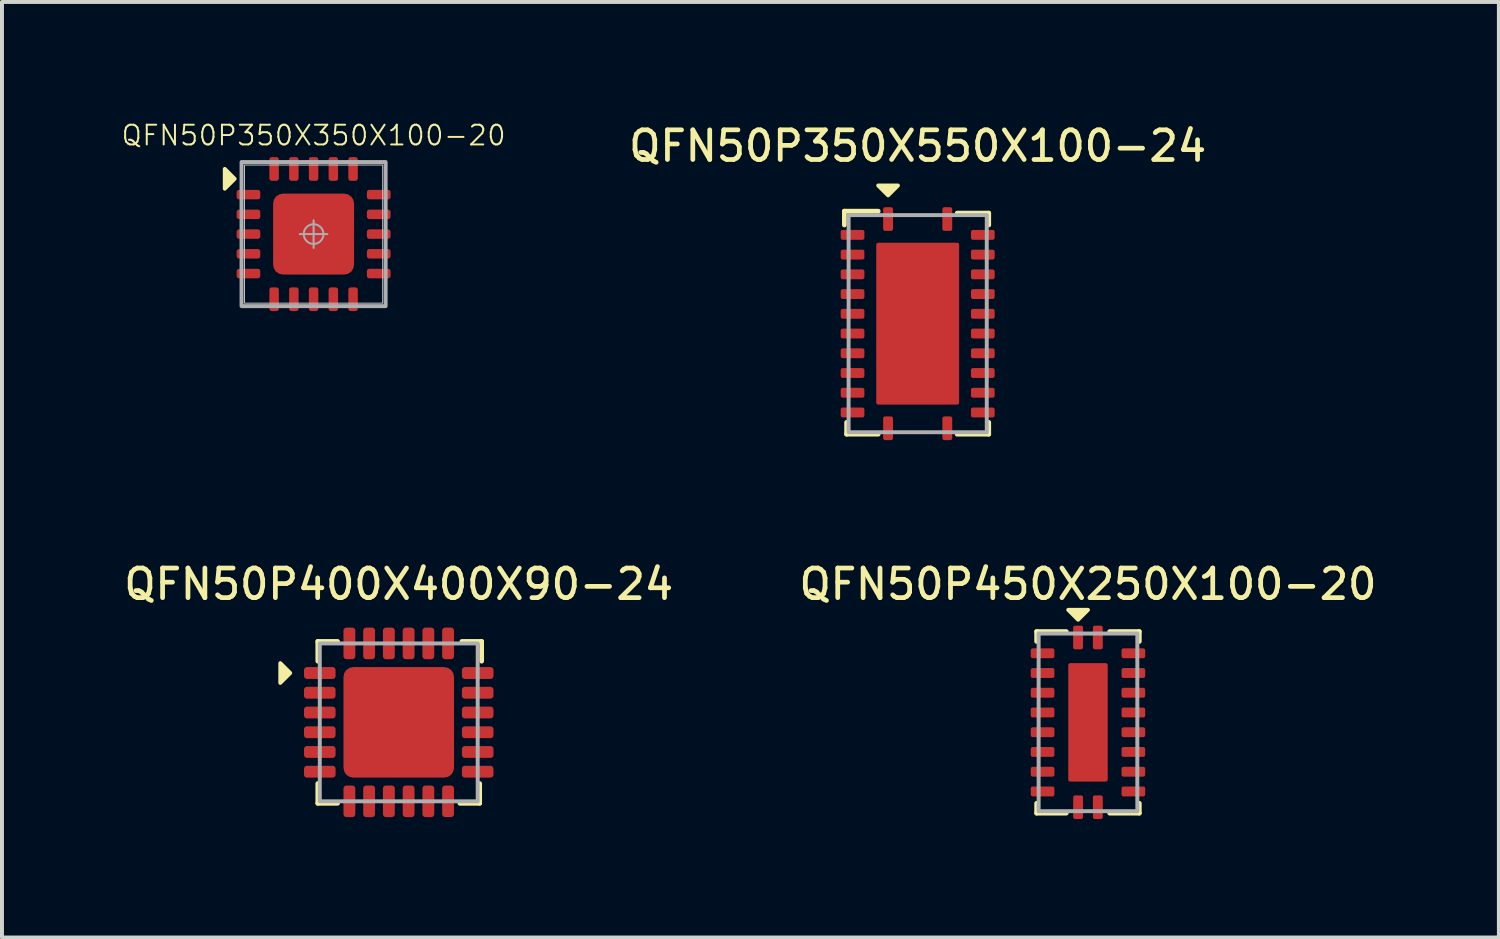
<source format=kicad_pcb>
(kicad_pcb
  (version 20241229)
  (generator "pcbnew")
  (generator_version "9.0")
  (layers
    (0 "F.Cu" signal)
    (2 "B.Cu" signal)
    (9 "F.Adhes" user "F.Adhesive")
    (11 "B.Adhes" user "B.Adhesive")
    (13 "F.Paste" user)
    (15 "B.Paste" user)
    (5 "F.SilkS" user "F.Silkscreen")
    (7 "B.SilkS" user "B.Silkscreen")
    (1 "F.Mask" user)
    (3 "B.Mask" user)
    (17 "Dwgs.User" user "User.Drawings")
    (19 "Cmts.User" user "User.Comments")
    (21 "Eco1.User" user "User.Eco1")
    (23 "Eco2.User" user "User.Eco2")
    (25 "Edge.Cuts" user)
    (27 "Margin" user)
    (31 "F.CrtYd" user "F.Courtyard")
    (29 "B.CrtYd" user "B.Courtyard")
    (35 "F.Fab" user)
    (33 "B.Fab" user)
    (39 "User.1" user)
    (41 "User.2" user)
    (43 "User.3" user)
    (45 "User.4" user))
  (footprint "QFN50P350X550X100-24"
    (layer "F.Cu")
    (at 20.197 5.149)
    (property "Reference" "QFN50P350X550X100-24" (at 0 -4.5 0) (unlocked yes) (layer "F.SilkS") (effects (font (size 0.75 0.75) (thickness 0.12))))
    (attr smd)
    (fp_line (start -1.857 -2.85) (end -1.857 -2.5) (stroke (width 0.12) (type default)) (layer "F.SilkS"))
    (fp_line (start -1.8 2.8) (end -1.8 2.5) (stroke (width 0.12) (type default)) (layer "F.SilkS"))
    (fp_line (start -1 -2.85) (end -1.857 -2.85) (stroke (width 0.12) (type default)) (layer "F.SilkS"))
    (fp_line (start -1 2.8) (end -1.8 2.8) (stroke (width 0.12) (type default)) (layer "F.SilkS"))
    (fp_line (start 1 -2.8) (end 1.8 -2.8) (stroke (width 0.12) (type solid)) (layer "F.SilkS"))
    (fp_line (start 1 2.8) (end 1.8 2.8) (stroke (width 0.12) (type solid)) (layer "F.SilkS"))
    (fp_line (start 1.8 -2.8) (end 1.8 -2.5) (stroke (width 0.12) (type solid)) (layer "F.SilkS"))
    (fp_line (start 1.8 2.8) (end 1.8 2.5) (stroke (width 0.12) (type solid)) (layer "F.SilkS"))
    (fp_poly (pts (xy -0.75 -3.25) (xy -1 -3.5) (xy -0.5 -3.5)) (stroke (width 0.1) (type solid)) (fill yes) (layer "F.SilkS"))
    (fp_rect (start -1.75 -2.75) (end 1.75 2.75) (stroke (width 0.1) (type solid)) (fill no) (layer "F.Fab"))
    (pad "1" smd roundrect (at -0.75 -2.65 90) (size 0.6 0.25) (layers "F.Cu" "F.Mask" "F.Paste") (roundrect_rratio 0.2))
    (pad "2" smd roundrect (at -1.65 -2.25) (size 0.6 0.25) (layers "F.Cu" "F.Mask" "F.Paste") (roundrect_rratio 0.2))
    (pad "3" smd roundrect (at -1.65 -1.75) (size 0.6 0.25) (layers "F.Cu" "F.Mask" "F.Paste") (roundrect_rratio 0.2))
    (pad "4" smd roundrect (at -1.65 -1.25) (size 0.6 0.25) (layers "F.Cu" "F.Mask" "F.Paste") (roundrect_rratio 0.2))
    (pad "5" smd roundrect (at -1.65 -0.75) (size 0.6 0.25) (layers "F.Cu" "F.Mask" "F.Paste") (roundrect_rratio 0.2))
    (pad "6" smd roundrect (at -1.65 -0.25) (size 0.6 0.25) (layers "F.Cu" "F.Mask" "F.Paste") (roundrect_rratio 0.2))
    (pad "7" smd roundrect (at -1.65 0.25) (size 0.6 0.25) (layers "F.Cu" "F.Mask" "F.Paste") (roundrect_rratio 0.2))
    (pad "8" smd roundrect (at -1.65 0.75) (size 0.6 0.25) (layers "F.Cu" "F.Mask" "F.Paste") (roundrect_rratio 0.2))
    (pad "9" smd roundrect (at -1.65 1.25) (size 0.6 0.25) (layers "F.Cu" "F.Mask" "F.Paste") (roundrect_rratio 0.2))
    (pad "10" smd roundrect (at -1.65 1.75) (size 0.6 0.25) (layers "F.Cu" "F.Mask" "F.Paste") (roundrect_rratio 0.2))
    (pad "11" smd roundrect (at -1.65 2.25) (size 0.6 0.25) (layers "F.Cu" "F.Mask" "F.Paste") (roundrect_rratio 0.2))
    (pad "12" smd roundrect (at -0.75 2.65 90) (size 0.6 0.25) (layers "F.Cu" "F.Mask" "F.Paste") (roundrect_rratio 0.2))
    (pad "13" smd roundrect (at 0.75 2.65 90) (size 0.6 0.25) (layers "F.Cu" "F.Mask" "F.Paste") (roundrect_rratio 0.2))
    (pad "14" smd roundrect (at 1.65 2.25) (size 0.6 0.25) (layers "F.Cu" "F.Mask" "F.Paste") (roundrect_rratio 0.2))
    (pad "15" smd roundrect (at 1.65 1.75) (size 0.6 0.25) (layers "F.Cu" "F.Mask" "F.Paste") (roundrect_rratio 0.2))
    (pad "16" smd roundrect (at 1.65 1.25) (size 0.6 0.25) (layers "F.Cu" "F.Mask" "F.Paste") (roundrect_rratio 0.2))
    (pad "17" smd roundrect (at 1.65 0.75) (size 0.6 0.25) (layers "F.Cu" "F.Mask" "F.Paste") (roundrect_rratio 0.2))
    (pad "18" smd roundrect (at 1.65 0.25) (size 0.6 0.25) (layers "F.Cu" "F.Mask" "F.Paste") (roundrect_rratio 0.2))
    (pad "19" smd roundrect (at 1.65 -0.25) (size 0.6 0.25) (layers "F.Cu" "F.Mask" "F.Paste") (roundrect_rratio 0.2))
    (pad "20" smd roundrect (at 1.65 -0.75) (size 0.6 0.25) (layers "F.Cu" "F.Mask" "F.Paste") (roundrect_rratio 0.2))
    (pad "21" smd roundrect (at 1.65 -1.25) (size 0.6 0.25) (layers "F.Cu" "F.Mask" "F.Paste") (roundrect_rratio 0.2))
    (pad "22" smd roundrect (at 1.65 -1.75) (size 0.6 0.25) (layers "F.Cu" "F.Mask" "F.Paste") (roundrect_rratio 0.2))
    (pad "23" smd roundrect (at 1.65 -2.25) (size 0.6 0.25) (layers "F.Cu" "F.Mask" "F.Paste") (roundrect_rratio 0.2))
    (pad "24" smd roundrect (at 0.75 -2.65 90) (size 0.6 0.25) (layers "F.Cu" "F.Mask" "F.Paste") (roundrect_rratio 0.2))
    (pad "25" smd roundrect (at 0 0) (size 2.1 4.1) (layers "F.Cu" "F.Mask" "F.Paste") (roundrect_rratio 0.024)))
  (footprint "QFN50P400X400X90-24"
    (layer "F.Cu")
    (at 7.051 15.249)
    (property "Reference" "QFN50P400X400X90-24" (at 0 -3.5 0) (unlocked yes) (layer "F.SilkS") (effects (font (size 0.75 0.75) (thickness 0.12))))
    (attr smd)
    (fp_line (start -2.05 -2.05) (end -2.05 -1.55) (stroke (width 0.12) (type solid)) (layer "F.SilkS"))
    (fp_line (start -2.05 -2.05) (end -1.55 -2.05) (stroke (width 0.12) (type solid)) (layer "F.SilkS"))
    (fp_line (start -2.05 2.05) (end -2.05 1.55) (stroke (width 0.12) (type solid)) (layer "F.SilkS"))
    (fp_line (start -2.05 2.05) (end -1.55 2.05) (stroke (width 0.12) (type solid)) (layer "F.SilkS"))
    (fp_line (start 2.05 2.05) (end 1.55 2.05) (stroke (width 0.12) (type solid)) (layer "F.SilkS"))
    (fp_line (start 2.05 2.05) (end 2.05 1.55) (stroke (width 0.12) (type solid)) (layer "F.SilkS"))
    (fp_line (start 2.1 -2.05) (end 1.6 -2.05) (stroke (width 0.12) (type solid)) (layer "F.SilkS"))
    (fp_line (start 2.1 -2.05) (end 2.1 -1.55) (stroke (width 0.12) (type solid)) (layer "F.SilkS"))
    (fp_poly (pts (xy -2.75 -1.25) (xy -3 -1) (xy -3 -1.5)) (stroke (width 0.1) (type solid)) (fill yes) (layer "F.SilkS"))
    (fp_rect (start -2 -2) (end 2 2) (stroke (width 0.1) (type solid)) (fill no) (layer "F.Fab"))
    (pad "1" smd roundrect (at -2 -1.25) (size 0.8 0.3) (layers "F.Cu" "F.Mask" "F.Paste") (roundrect_rratio 0.25))
    (pad "2" smd roundrect (at -2 -0.75) (size 0.8 0.3) (layers "F.Cu" "F.Mask" "F.Paste") (roundrect_rratio 0.25))
    (pad "3" smd roundrect (at -2 -0.25) (size 0.8 0.3) (layers "F.Cu" "F.Mask" "F.Paste") (roundrect_rratio 0.25))
    (pad "4" smd roundrect (at -2 0.25) (size 0.8 0.3) (layers "F.Cu" "F.Mask" "F.Paste") (roundrect_rratio 0.25))
    (pad "5" smd roundrect (at -2 0.75) (size 0.8 0.3) (layers "F.Cu" "F.Mask" "F.Paste") (roundrect_rratio 0.25))
    (pad "6" smd roundrect (at -2 1.25) (size 0.8 0.3) (layers "F.Cu" "F.Mask" "F.Paste") (roundrect_rratio 0.25))
    (pad "7" smd roundrect (at -1.25 2 90) (size 0.8 0.3) (layers "F.Cu" "F.Mask" "F.Paste") (roundrect_rratio 0.25))
    (pad "8" smd roundrect (at -0.75 2 90) (size 0.8 0.3) (layers "F.Cu" "F.Mask" "F.Paste") (roundrect_rratio 0.25))
    (pad "9" smd roundrect (at -0.25 2 90) (size 0.8 0.3) (layers "F.Cu" "F.Mask" "F.Paste") (roundrect_rratio 0.25))
    (pad "10" smd roundrect (at 0.25 2 90) (size 0.8 0.3) (layers "F.Cu" "F.Mask" "F.Paste") (roundrect_rratio 0.25))
    (pad "11" smd roundrect (at 0.75 2 90) (size 0.8 0.3) (layers "F.Cu" "F.Mask" "F.Paste") (roundrect_rratio 0.25))
    (pad "12" smd roundrect (at 1.25 2 90) (size 0.8 0.3) (layers "F.Cu" "F.Mask" "F.Paste") (roundrect_rratio 0.25))
    (pad "13" smd roundrect (at 2 1.25 180) (size 0.8 0.3) (layers "F.Cu" "F.Mask" "F.Paste") (roundrect_rratio 0.25))
    (pad "14" smd roundrect (at 2 0.75 180) (size 0.8 0.3) (layers "F.Cu" "F.Mask" "F.Paste") (roundrect_rratio 0.25))
    (pad "15" smd roundrect (at 2 0.25 180) (size 0.8 0.3) (layers "F.Cu" "F.Mask" "F.Paste") (roundrect_rratio 0.25))
    (pad "16" smd roundrect (at 2 -0.25 180) (size 0.8 0.3) (layers "F.Cu" "F.Mask" "F.Paste") (roundrect_rratio 0.25))
    (pad "17" smd roundrect (at 2 -0.75 180) (size 0.8 0.3) (layers "F.Cu" "F.Mask" "F.Paste") (roundrect_rratio 0.25))
    (pad "18" smd roundrect (at 2 -1.25 180) (size 0.8 0.3) (layers "F.Cu" "F.Mask" "F.Paste") (roundrect_rratio 0.25))
    (pad "19" smd roundrect (at 1.25 -2 270) (size 0.8 0.3) (layers "F.Cu" "F.Mask" "F.Paste") (roundrect_rratio 0.25))
    (pad "20" smd roundrect (at 0.75 -2 270) (size 0.8 0.3) (layers "F.Cu" "F.Mask" "F.Paste") (roundrect_rratio 0.25))
    (pad "21" smd roundrect (at 0.25 -2 270) (size 0.8 0.3) (layers "F.Cu" "F.Mask" "F.Paste") (roundrect_rratio 0.25))
    (pad "22" smd roundrect (at -0.25 -2 270) (size 0.8 0.3) (layers "F.Cu" "F.Mask" "F.Paste") (roundrect_rratio 0.25))
    (pad "23" smd roundrect (at -0.75 -2 270) (size 0.8 0.3) (layers "F.Cu" "F.Mask" "F.Paste") (roundrect_rratio 0.25))
    (pad "24" smd roundrect (at -1.25 -2 270) (size 0.8 0.3) (layers "F.Cu" "F.Mask" "F.Paste") (roundrect_rratio 0.25))
    (pad "25" smd roundrect (at 0 0) (size 2.8 2.8) (layers "F.Cu" "F.Mask" "F.Paste") (roundrect_rratio 0.089)))
  (footprint "QFN50P350X350X100-20"
    (layer "F.Cu")
    (at 4.894 2.88)
    (property "Reference" "QFN50P350X350X100-20" (at 0 -2.5 0) (unlocked yes) (layer "F.SilkS") (effects (font (size 0.5 0.5) (thickness 0.05))))
    (attr smd)
    (fp_poly (pts (xy -2 -1.4) (xy -2.25 -1.15) (xy -2.25 -1.65)) (stroke (width 0.1) (type solid)) (fill yes) (layer "F.SilkS"))
    (fp_rect (start -1.75 -1.75) (end 1.75 1.75) (stroke (width 0.025) (type default)) (fill no) (layer "Dwgs.User"))
    (fp_line (start -0.35 0) (end 0.35 0) (stroke (width 0.05) (type solid)) (layer "F.Fab"))
    (fp_line (start 0 -0.35) (end 0 0.35) (stroke (width 0.05) (type solid)) (layer "F.Fab"))
    (fp_rect (start -1.825 -1.825) (end 1.825 1.825) (stroke (width 0.1) (type default)) (fill no) (layer "F.Fab"))
    (fp_circle (center 0 0) (end 0.25 0) (stroke (width 0.05) (type solid)) (fill no) (layer "F.Fab"))
    (pad "1" smd roundrect (at -1.65 -1 180) (size 0.6 0.24) (layers "F.Cu" "F.Mask" "F.Paste") (roundrect_rratio 0.25))
    (pad "2" smd roundrect (at -1.65 -0.5 180) (size 0.6 0.24) (layers "F.Cu" "F.Mask" "F.Paste") (roundrect_rratio 0.25))
    (pad "3" smd roundrect (at -1.65 0 180) (size 0.6 0.24) (layers "F.Cu" "F.Mask" "F.Paste") (roundrect_rratio 0.25))
    (pad "4" smd roundrect (at -1.65 0.5 180) (size 0.6 0.24) (layers "F.Cu" "F.Mask" "F.Paste") (roundrect_rratio 0.25))
    (pad "5" smd roundrect (at -1.65 1 180) (size 0.6 0.24) (layers "F.Cu" "F.Mask" "F.Paste") (roundrect_rratio 0.25))
    (pad "6" smd roundrect (at -1 1.65 90) (size 0.6 0.24) (layers "F.Cu" "F.Mask" "F.Paste") (roundrect_rratio 0.25))
    (pad "7" smd roundrect (at -0.5 1.65 90) (size 0.6 0.24) (layers "F.Cu" "F.Mask" "F.Paste") (roundrect_rratio 0.25))
    (pad "8" smd roundrect (at 0 1.65 90) (size 0.6 0.24) (layers "F.Cu" "F.Mask" "F.Paste") (roundrect_rratio 0.25))
    (pad "9" smd roundrect (at 0.5 1.65 90) (size 0.6 0.24) (layers "F.Cu" "F.Mask" "F.Paste") (roundrect_rratio 0.25))
    (pad "10" smd roundrect (at 1 1.65 90) (size 0.6 0.24) (layers "F.Cu" "F.Mask" "F.Paste") (roundrect_rratio 0.25))
    (pad "11" smd roundrect (at 1.65 1 180) (size 0.6 0.24) (layers "F.Cu" "F.Mask" "F.Paste") (roundrect_rratio 0.25))
    (pad "12" smd roundrect (at 1.65 0.5 180) (size 0.6 0.24) (layers "F.Cu" "F.Mask" "F.Paste") (roundrect_rratio 0.25))
    (pad "13" smd roundrect (at 1.65 0 180) (size 0.6 0.24) (layers "F.Cu" "F.Mask" "F.Paste") (roundrect_rratio 0.25))
    (pad "14" smd roundrect (at 1.65 -0.5 180) (size 0.6 0.24) (layers "F.Cu" "F.Mask" "F.Paste") (roundrect_rratio 0.25))
    (pad "15" smd roundrect (at 1.65 -1 180) (size 0.6 0.24) (layers "F.Cu" "F.Mask" "F.Paste") (roundrect_rratio 0.25))
    (pad "16" smd roundrect (at 1 -1.65 270) (size 0.6 0.24) (layers "F.Cu" "F.Mask" "F.Paste") (roundrect_rratio 0.25))
    (pad "17" smd roundrect (at 0.5 -1.65 270) (size 0.6 0.24) (layers "F.Cu" "F.Mask" "F.Paste") (roundrect_rratio 0.25))
    (pad "18" smd roundrect (at 0 -1.65 270) (size 0.6 0.24) (layers "F.Cu" "F.Mask" "F.Paste") (roundrect_rratio 0.25))
    (pad "19" smd roundrect (at -0.5 -1.65 270) (size 0.6 0.24) (layers "F.Cu" "F.Mask" "F.Paste") (roundrect_rratio 0.25))
    (pad "20" smd roundrect (at -1 -1.65 270) (size 0.6 0.24) (layers "F.Cu" "F.Mask" "F.Paste") (roundrect_rratio 0.25))
    (pad "21" smd roundrect (at 0 0) (size 2.05 2.05) (layers "F.Cu" "F.Mask" "F.Paste") (roundrect_rratio 0.122)))
  (footprint "QFN50P450X250X100-20"
    (layer "F.Cu")
    (at 24.511 15.249)
    (property "Reference" "QFN50P450X250X100-20" (at 0 -3.5 0) (unlocked yes) (layer "F.SilkS") (effects (font (size 0.75 0.75) (thickness 0.12))))
    (attr smd)
    (fp_line (start -1.3 -2.3) (end -1.3 -2.05) (stroke (width 0.12) (type solid)) (layer "F.SilkS"))
    (fp_line (start -1.3 2.05) (end -1.3 2.3) (stroke (width 0.12) (type solid)) (layer "F.SilkS"))
    (fp_line (start -1.3 2.3) (end -0.55 2.3) (stroke (width 0.12) (type solid)) (layer "F.SilkS"))
    (fp_line (start -0.55 -2.3) (end -1.3 -2.3) (stroke (width 0.12) (type solid)) (layer "F.SilkS"))
    (fp_line (start 0.55 -2.3) (end 1.3 -2.3) (stroke (width 0.12) (type solid)) (layer "F.SilkS"))
    (fp_line (start 0.55 2.3) (end 1.3 2.3) (stroke (width 0.12) (type solid)) (layer "F.SilkS"))
    (fp_line (start 1.3 -2.3) (end 1.3 -2.05) (stroke (width 0.12) (type solid)) (layer "F.SilkS"))
    (fp_line (start 1.3 2.3) (end 1.3 2.05) (stroke (width 0.12) (type solid)) (layer "F.SilkS"))
    (fp_poly (pts (xy -0.25 -2.6) (xy -0.5 -2.85) (xy 0 -2.85)) (stroke (width 0.1) (type solid)) (fill yes) (layer "F.SilkS"))
    (fp_rect (start -1.25 -2.25) (end 1.25 2.25) (stroke (width 0.1) (type solid)) (fill no) (layer "F.Fab"))
    (pad "1" smd roundrect (at -0.25 -2.15 270) (size 0.6 0.25) (layers "F.Cu" "F.Mask" "F.Paste") (roundrect_rratio 0.2))
    (pad "2" smd roundrect (at -1.15 -1.75) (size 0.6 0.25) (layers "F.Cu" "F.Mask" "F.Paste") (roundrect_rratio 0.2))
    (pad "3" smd roundrect (at -1.15 -1.25) (size 0.6 0.25) (layers "F.Cu" "F.Mask" "F.Paste") (roundrect_rratio 0.2))
    (pad "4" smd roundrect (at -1.15 -0.75) (size 0.6 0.25) (layers "F.Cu" "F.Mask" "F.Paste") (roundrect_rratio 0.2))
    (pad "5" smd roundrect (at -1.15 -0.25) (size 0.6 0.25) (layers "F.Cu" "F.Mask" "F.Paste") (roundrect_rratio 0.2))
    (pad "6" smd roundrect (at -1.15 0.25) (size 0.6 0.25) (layers "F.Cu" "F.Mask" "F.Paste") (roundrect_rratio 0.2))
    (pad "7" smd roundrect (at -1.15 0.75) (size 0.6 0.25) (layers "F.Cu" "F.Mask" "F.Paste") (roundrect_rratio 0.2))
    (pad "8" smd roundrect (at -1.15 1.25) (size 0.6 0.25) (layers "F.Cu" "F.Mask" "F.Paste") (roundrect_rratio 0.2))
    (pad "9" smd roundrect (at -1.15 1.75) (size 0.6 0.25) (layers "F.Cu" "F.Mask" "F.Paste") (roundrect_rratio 0.2))
    (pad "10" smd roundrect (at -0.25 2.15 90) (size 0.6 0.25) (layers "F.Cu" "F.Mask" "F.Paste") (roundrect_rratio 0.2))
    (pad "11" smd roundrect (at 0.25 2.15 90) (size 0.6 0.25) (layers "F.Cu" "F.Mask" "F.Paste") (roundrect_rratio 0.2))
    (pad "12" smd roundrect (at 1.15 1.75 180) (size 0.6 0.25) (layers "F.Cu" "F.Mask" "F.Paste") (roundrect_rratio 0.2))
    (pad "13" smd roundrect (at 1.15 1.25 180) (size 0.6 0.25) (layers "F.Cu" "F.Mask" "F.Paste") (roundrect_rratio 0.2))
    (pad "14" smd roundrect (at 1.15 0.75 180) (size 0.6 0.25) (layers "F.Cu" "F.Mask" "F.Paste") (roundrect_rratio 0.2))
    (pad "15" smd roundrect (at 1.15 0.25 180) (size 0.6 0.25) (layers "F.Cu" "F.Mask" "F.Paste") (roundrect_rratio 0.2))
    (pad "16" smd roundrect (at 1.15 -0.25 180) (size 0.6 0.25) (layers "F.Cu" "F.Mask" "F.Paste") (roundrect_rratio 0.2))
    (pad "17" smd roundrect (at 1.15 -0.75 180) (size 0.6 0.25) (layers "F.Cu" "F.Mask" "F.Paste") (roundrect_rratio 0.2))
    (pad "18" smd roundrect (at 1.15 -1.25 180) (size 0.6 0.25) (layers "F.Cu" "F.Mask" "F.Paste") (roundrect_rratio 0.2))
    (pad "19" smd roundrect (at 1.15 -1.75 180) (size 0.6 0.25) (layers "F.Cu" "F.Mask" "F.Paste") (roundrect_rratio 0.2))
    (pad "20" smd roundrect (at 0.25 -2.15 270) (size 0.6 0.25) (layers "F.Cu" "F.Mask" "F.Paste") (roundrect_rratio 0.2))
    (pad "21" smd roundrect (at 0 0) (size 1 3) (layers "F.Cu" "F.Mask" "F.Paste") (roundrect_rratio 0.05)))
  (gr_rect
    (start -3 -3)
    (end 34.92 20.699)
    (stroke (width 0.1) (type default))
    (fill no)
    (layer "Edge.Cuts")))
</source>
